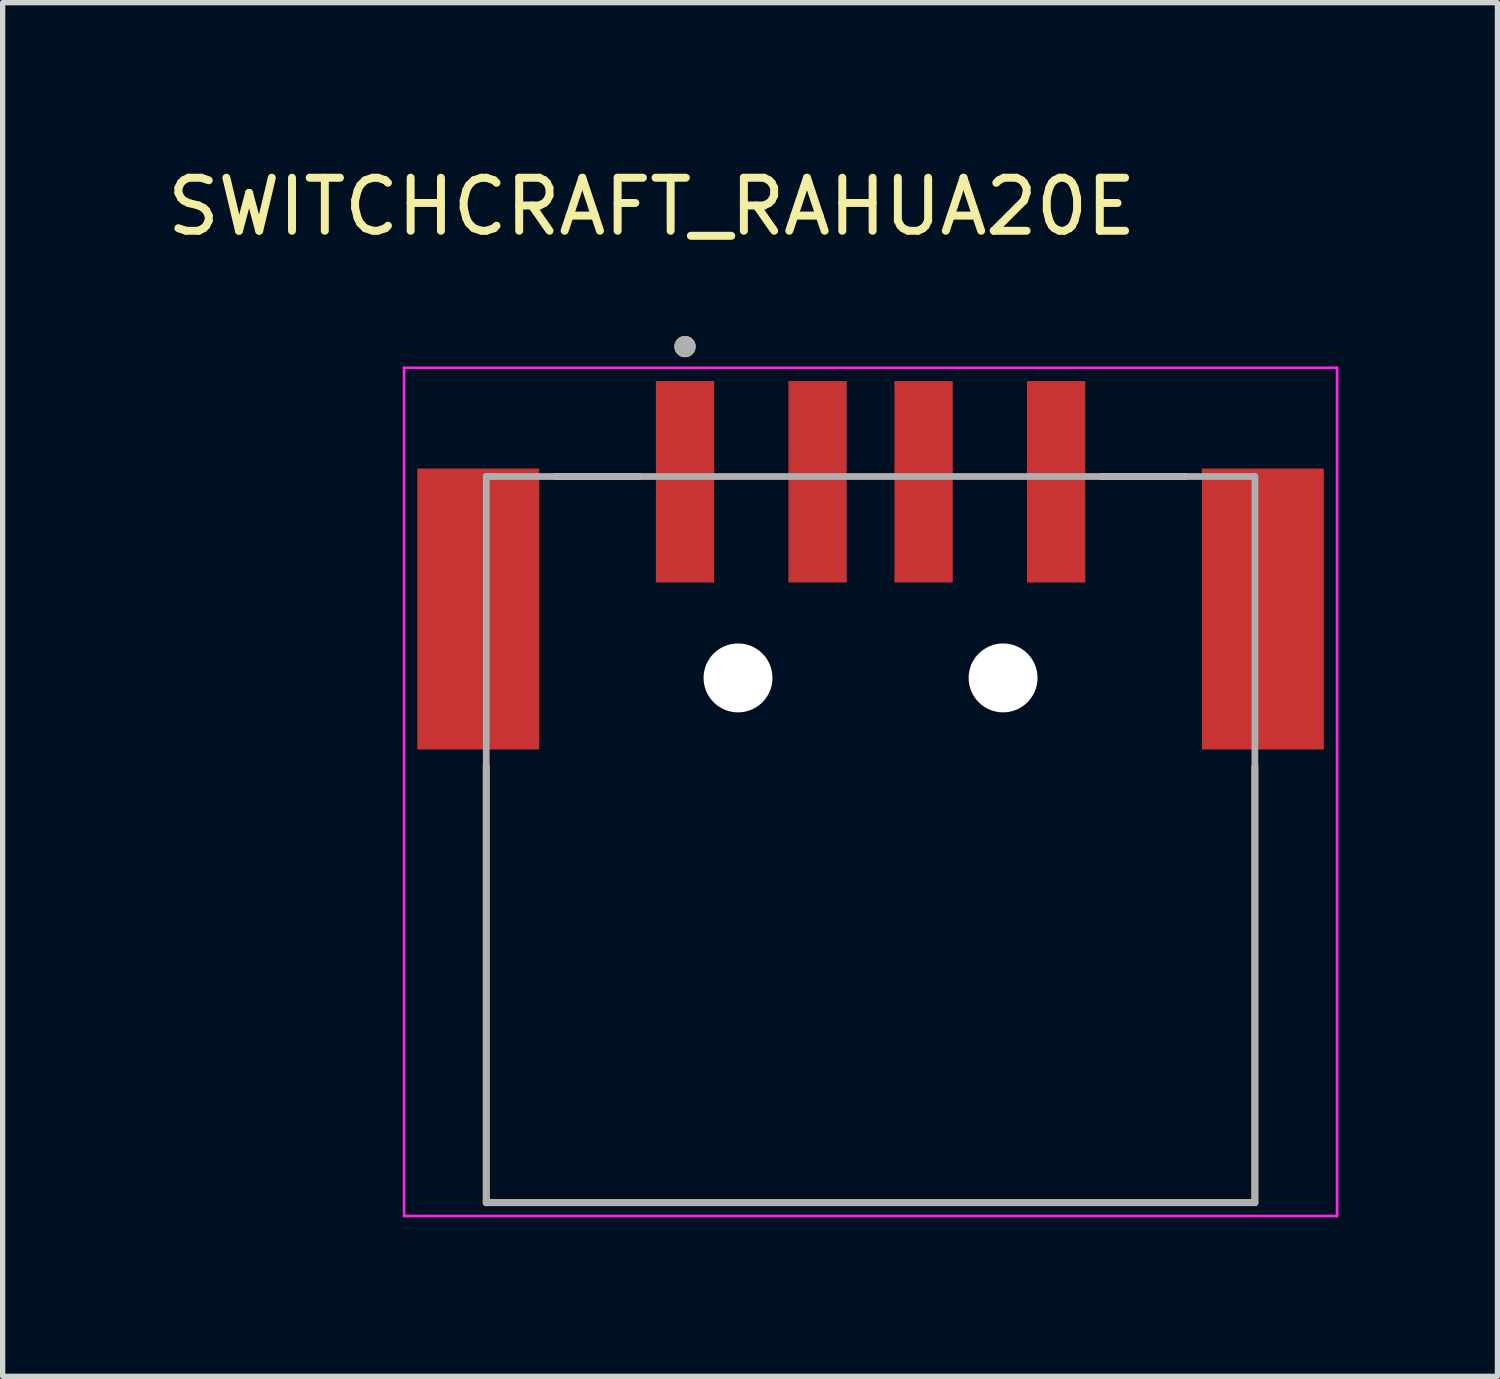
<source format=kicad_pcb>
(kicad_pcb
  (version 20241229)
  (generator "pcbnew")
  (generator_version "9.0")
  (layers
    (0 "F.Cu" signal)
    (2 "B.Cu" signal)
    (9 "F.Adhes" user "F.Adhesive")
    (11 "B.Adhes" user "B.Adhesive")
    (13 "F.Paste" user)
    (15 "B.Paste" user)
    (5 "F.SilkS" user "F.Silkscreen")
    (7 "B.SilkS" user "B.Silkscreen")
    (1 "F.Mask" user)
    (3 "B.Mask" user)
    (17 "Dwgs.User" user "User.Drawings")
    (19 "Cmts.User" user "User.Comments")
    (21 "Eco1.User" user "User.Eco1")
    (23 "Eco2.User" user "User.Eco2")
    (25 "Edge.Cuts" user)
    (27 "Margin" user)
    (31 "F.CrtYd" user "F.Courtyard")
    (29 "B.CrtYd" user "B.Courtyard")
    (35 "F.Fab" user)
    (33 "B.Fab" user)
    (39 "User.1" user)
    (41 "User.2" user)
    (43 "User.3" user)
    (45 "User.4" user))
  (footprint "SWITCHCRAFT_RAHUA20E"
    (layer "F.Cu")
    (at 13.372 12.788)
    (property "Reference" "SWITCHCRAFT_RAHUA20E" (at -4.128 -11.94 0) (layer "F.SilkS") (effects (font (size 1 1) (thickness 0.15))))
    (attr smd)
    (fp_circle (center -2.5 -3.05) (end -2.048 -3.05) (stroke (width 0.904) (type solid)) (fill no) (layer "F.Mask"))
    (fp_circle (center 2.5 -3.05) (end 2.952 -3.05) (stroke (width 0.904) (type solid)) (fill no) (layer "F.Mask"))
    (fp_circle (center -2.5 -3.05) (end -2.048 -3.05) (stroke (width 0.904) (type solid)) (fill no) (layer "B.Mask"))
    (fp_circle (center 2.5 -3.05) (end 2.952 -3.05) (stroke (width 0.904) (type solid)) (fill no) (layer "B.Mask"))
    (fp_line (start -7.25 6.85) (end -7.25 -1.385) (stroke (width 0.127) (type solid)) (layer "F.SilkS"))
    (fp_line (start -7.25 6.85) (end 7.25 6.85) (stroke (width 0.127) (type solid)) (layer "F.SilkS"))
    (fp_line (start -4.365 -6.85) (end -5.935 -6.85) (stroke (width 0.127) (type solid)) (layer "F.SilkS"))
    (fp_line (start 5.935 -6.85) (end 4.365 -6.85) (stroke (width 0.127) (type solid)) (layer "F.SilkS"))
    (fp_line (start 7.25 6.85) (end 7.25 -1.385) (stroke (width 0.127) (type solid)) (layer "F.SilkS"))
    (fp_circle (center -3.5 -9.3) (end -3.4 -9.3) (stroke (width 0.2) (type solid)) (fill no) (layer "F.SilkS"))
    (fp_line (start -8.8 -8.9) (end -8.8 7.1) (stroke (width 0.05) (type solid)) (layer "F.CrtYd"))
    (fp_line (start -8.8 7.1) (end 8.8 7.1) (stroke (width 0.05) (type solid)) (layer "F.CrtYd"))
    (fp_line (start 8.8 -8.9) (end -8.8 -8.9) (stroke (width 0.05) (type solid)) (layer "F.CrtYd"))
    (fp_line (start 8.8 7.1) (end 8.8 -8.9) (stroke (width 0.05) (type solid)) (layer "F.CrtYd"))
    (fp_line (start -7.25 -6.85) (end -7.25 6.85) (stroke (width 0.127) (type solid)) (layer "F.Fab"))
    (fp_line (start -7.25 6.85) (end 7.25 6.85) (stroke (width 0.127) (type solid)) (layer "F.Fab"))
    (fp_line (start 7.25 -6.85) (end -7.25 -6.85) (stroke (width 0.127) (type solid)) (layer "F.Fab"))
    (fp_line (start 7.25 6.85) (end 7.25 -6.85) (stroke (width 0.127) (type solid)) (layer "F.Fab"))
    (fp_circle (center -3.5 -9.3) (end -3.4 -9.3) (stroke (width 0.2) (type solid)) (fill no) (layer "F.Fab"))
    (pad "" np_thru_hole circle (at -2.5 -3.05) (size 1.3 1.3) (drill 1.3) (layers "*.Cu" "*.Mask"))
    (pad "" np_thru_hole circle (at 2.5 -3.05) (size 1.3 1.3) (drill 1.3) (layers "*.Cu" "*.Mask"))
    (pad "1" smd rect (at -3.5 -6.75) (size 1.1 3.8) (layers "F.Cu" "F.Mask" "F.Paste"))
    (pad "2" smd rect (at -1 -6.75) (size 1.1 3.8) (layers "F.Cu" "F.Mask" "F.Paste"))
    (pad "3" smd rect (at 1 -6.75) (size 1.1 3.8) (layers "F.Cu" "F.Mask" "F.Paste"))
    (pad "4" smd rect (at 3.5 -6.75) (size 1.1 3.8) (layers "F.Cu" "F.Mask" "F.Paste"))
    (pad "SH1" smd rect (at -7.4 -4.35) (size 2.3 5.3) (layers "F.Cu" "F.Mask" "F.Paste"))
    (pad "SH2" smd rect (at 7.4 -4.35) (size 2.3 5.3) (layers "F.Cu" "F.Mask" "F.Paste")))
  (gr_rect
    (start -3 -3)
    (end 25.197 22.913)
    (stroke (width 0.1) (type default))
    (fill no)
    (layer "Edge.Cuts")))
</source>
